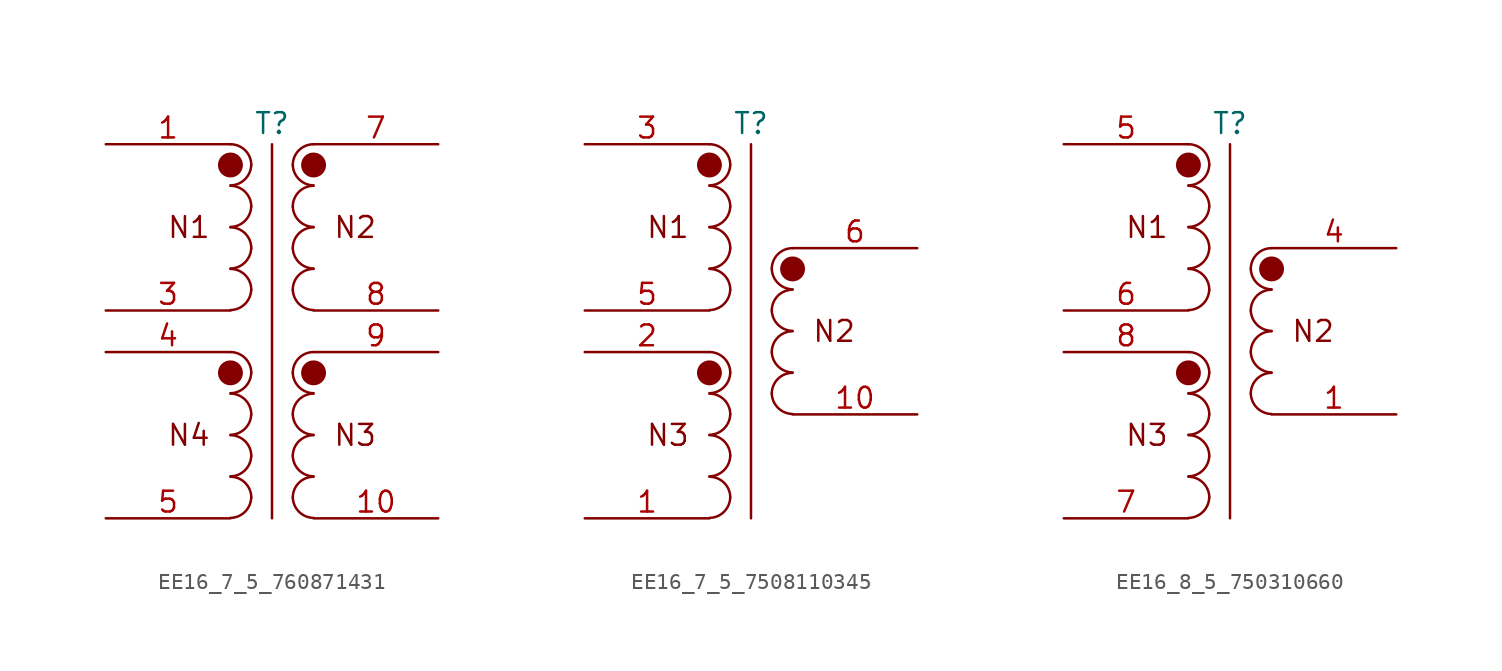
<source format=kicad_sym>
(kicad_symbol_lib
  (version 20220914)
  (generator kicad_symbol_editor)
  (symbol "EE16_7_5_760871431"
    (pin_names hide)
    (property "Reference" "T"
      (at 0 12.7 0)
      (effects (font (size 1.27 1.27))))
    (property "Critical Parameter" ""
      (at 0 -5.08 0)
      (effects (font (size 1.27 1.27)) (justify left)))
    (symbol "EE16_7_5_760871431_0_1"
      (arc (start -2.54 -11.4046) (mid -1.6561 -11.0363) (end -1.27 -10.16) (stroke (width 0) (type default)) (fill (type none)))
      (arc (start -2.54 -8.8646) (mid -1.6561 -8.4963) (end -1.27 -7.62) (stroke (width 0) (type default)) (fill (type none)))
      (arc (start -2.54 -6.3246) (mid -1.6561 -5.9563) (end -1.27 -5.08) (stroke (width 0) (type default)) (fill (type none)))
      (arc (start -2.54 -3.7846) (mid -1.6561 -3.4163) (end -1.27 -2.54) (stroke (width 0) (type default)) (fill (type none)))
      (arc (start -2.54 1.2954) (mid -1.6561 1.6637) (end -1.27 2.54) (stroke (width 0) (type default)) (fill (type none)))
      (arc (start -2.54 3.8354) (mid -1.6561 4.2037) (end -1.27 5.08) (stroke (width 0) (type default)) (fill (type none)))
      (arc (start -2.54 6.3754) (mid -1.6561 6.7437) (end -1.27 7.62) (stroke (width 0) (type default)) (fill (type none)))
      (arc (start -2.54 8.9154) (mid -1.6561 9.2837) (end -1.27 10.16) (stroke (width 0) (type default)) (fill (type none)))
      (arc (start -1.27 -10.16) (mid -1.642 -9.262) (end -2.54 -8.89) (stroke (width 0) (type default)) (fill (type none)))
      (arc (start -1.27 -7.62) (mid -1.642 -6.722) (end -2.54 -6.35) (stroke (width 0) (type default)) (fill (type none)))
      (arc (start -1.27 -5.08) (mid -1.642 -4.182) (end -2.54 -3.81) (stroke (width 0) (type default)) (fill (type none)))
      (arc (start -1.27 -2.54) (mid -1.642 -1.642) (end -2.54 -1.27) (stroke (width 0) (type default)) (fill (type none)))
      (arc (start -1.27 2.54) (mid -1.642 3.438) (end -2.54 3.81) (stroke (width 0) (type default)) (fill (type none)))
      (arc (start -1.27 5.08) (mid -1.642 5.978) (end -2.54 6.35) (stroke (width 0) (type default)) (fill (type none)))
      (arc (start -1.27 7.62) (mid -1.642 8.518) (end -2.54 8.89) (stroke (width 0) (type default)) (fill (type none)))
      (arc (start -1.27 10.16) (mid -1.642 11.058) (end -2.54 11.43) (stroke (width 0) (type default)) (fill (type none)))
      (polyline (pts (xy 0 -11.43) (xy 0 11.43)) (stroke (width 0) (type default)) (fill (type none)))
      (arc (start 1.27 -10.16) (mid 1.6561 -11.0363) (end 2.54 -11.4046) (stroke (width 0) (type default)) (fill (type none)))
      (arc (start 1.27 -7.62) (mid 1.6561 -8.4963) (end 2.54 -8.8646) (stroke (width 0) (type default)) (fill (type none)))
      (arc (start 1.27 -5.08) (mid 1.6561 -5.9563) (end 2.54 -6.3246) (stroke (width 0) (type default)) (fill (type none)))
      (arc (start 1.27 -2.54) (mid 1.6561 -3.4163) (end 2.54 -3.7846) (stroke (width 0) (type default)) (fill (type none)))
      (arc (start 1.27 2.54) (mid 1.6561 1.6637) (end 2.54 1.2954) (stroke (width 0) (type default)) (fill (type none)))
      (arc (start 1.27 5.08) (mid 1.6561 4.2037) (end 2.54 3.8354) (stroke (width 0) (type default)) (fill (type none)))
      (arc (start 1.27 7.62) (mid 1.6561 6.7437) (end 2.54 6.3754) (stroke (width 0) (type default)) (fill (type none)))
      (arc (start 1.27 10.16) (mid 1.6561 9.2837) (end 2.54 8.9154) (stroke (width 0) (type default)) (fill (type none)))
      (arc (start 2.54 -8.89) (mid 1.642 -9.262) (end 1.27 -10.16) (stroke (width 0) (type default)) (fill (type none)))
      (arc (start 2.54 -6.35) (mid 1.642 -6.722) (end 1.27 -7.62) (stroke (width 0) (type default)) (fill (type none)))
      (arc (start 2.54 -3.81) (mid 1.642 -4.182) (end 1.27 -5.08) (stroke (width 0) (type default)) (fill (type none)))
      (arc (start 2.54 -1.27) (mid 1.642 -1.642) (end 1.27 -2.54) (stroke (width 0) (type default)) (fill (type none)))
      (arc (start 2.54 3.81) (mid 1.642 3.438) (end 1.27 2.54) (stroke (width 0) (type default)) (fill (type none)))
      (arc (start 2.54 6.35) (mid 1.642 5.978) (end 1.27 5.08) (stroke (width 0) (type default)) (fill (type none)))
      (arc (start 2.54 8.89) (mid 1.642 8.518) (end 1.27 7.62) (stroke (width 0) (type default)) (fill (type none)))
      (arc (start 2.54 11.43) (mid 1.642 11.058) (end 1.27 10.16) (stroke (width 0) (type default)) (fill (type none))))
    (symbol "EE16_7_5_760871431_1_1"
      (circle (center -2.54 -2.54) (radius 0.0001) (stroke (width 0.762) (type default)) (fill (type none)))
      (circle (center -2.54 10.16) (radius 0.0001) (stroke (width 0.762) (type default)) (fill (type none)))
      (circle (center 2.54 -2.54) (radius 0.0001) (stroke (width 0.762) (type default)) (fill (type none)))
      (circle (center 2.54 10.16) (radius 0.0001) (stroke (width 0.762) (type default)) (fill (type none)))
      (text "N1" (at -5.08 6.35 0) (effects (font (size 1.27 1.27))))
      (text "N2" (at 5.08 6.35 0) (effects (font (size 1.27 1.27))))
      (text "N3" (at 5.08 -6.35 0) (effects (font (size 1.27 1.27))))
      (text "N4" (at -5.08 -6.35 0) (effects (font (size 1.27 1.27))))
      (pin passive line (at -10.16 11.43 0) (length 7.62) (name "1" (effects (font (size 1.27 1.27)))) (number "1" (effects (font (size 1.27 1.27)))))
      (pin passive line (at 10.16 -11.43 180) (length 7.62) (name "10" (effects (font (size 1.27 1.27)))) (number "10" (effects (font (size 1.27 1.27)))))
      (pin passive line (at -10.16 1.27 0) (length 7.62) (name "3" (effects (font (size 1.27 1.27)))) (number "3" (effects (font (size 1.27 1.27)))))
      (pin passive line (at -10.16 -1.27 0) (length 7.62) (name "4" (effects (font (size 1.27 1.27)))) (number "4" (effects (font (size 1.27 1.27)))))
      (pin passive line (at -10.16 -11.43 0) (length 7.62) (name "5" (effects (font (size 1.27 1.27)))) (number "5" (effects (font (size 1.27 1.27)))))
      (pin passive line (at 10.16 11.43 180) (length 7.62) (name "7" (effects (font (size 1.27 1.27)))) (number "7" (effects (font (size 1.27 1.27)))))
      (pin passive line (at 10.16 1.27 180) (length 7.62) (name "8" (effects (font (size 1.27 1.27)))) (number "8" (effects (font (size 1.27 1.27)))))
      (pin passive line (at 10.16 -1.27 180) (length 7.62) (name "9" (effects (font (size 1.27 1.27)))) (number "9" (effects (font (size 1.27 1.27)))))))
  (symbol "EE16_7_5_7508110345"
    (pin_names hide)
    (property "Reference" "T"
      (at 0 12.7 0)
      (effects (font (size 1.27 1.27))))
    (property "Critical Parameter" ""
      (at 0 -5.08 0)
      (effects (font (size 1.27 1.27)) (justify left)))
    (symbol "EE16_7_5_7508110345_0_1"
      (arc (start -2.54 -11.4046) (mid -1.6561 -11.0363) (end -1.27 -10.16) (stroke (width 0) (type default)) (fill (type none)))
      (arc (start -2.54 -8.8646) (mid -1.6561 -8.4963) (end -1.27 -7.62) (stroke (width 0) (type default)) (fill (type none)))
      (arc (start -2.54 -6.3246) (mid -1.6561 -5.9563) (end -1.27 -5.08) (stroke (width 0) (type default)) (fill (type none)))
      (arc (start -2.54 -3.7846) (mid -1.6561 -3.4163) (end -1.27 -2.54) (stroke (width 0) (type default)) (fill (type none)))
      (arc (start -2.54 1.2954) (mid -1.6561 1.6637) (end -1.27 2.54) (stroke (width 0) (type default)) (fill (type none)))
      (arc (start -2.54 3.8354) (mid -1.6561 4.2037) (end -1.27 5.08) (stroke (width 0) (type default)) (fill (type none)))
      (arc (start -2.54 6.3754) (mid -1.6561 6.7437) (end -1.27 7.62) (stroke (width 0) (type default)) (fill (type none)))
      (arc (start -2.54 8.9154) (mid -1.6561 9.2837) (end -1.27 10.16) (stroke (width 0) (type default)) (fill (type none)))
      (arc (start -1.27 -10.16) (mid -1.642 -9.262) (end -2.54 -8.89) (stroke (width 0) (type default)) (fill (type none)))
      (arc (start -1.27 -7.62) (mid -1.642 -6.722) (end -2.54 -6.35) (stroke (width 0) (type default)) (fill (type none)))
      (arc (start -1.27 -5.08) (mid -1.642 -4.182) (end -2.54 -3.81) (stroke (width 0) (type default)) (fill (type none)))
      (arc (start -1.27 -2.54) (mid -1.642 -1.642) (end -2.54 -1.27) (stroke (width 0) (type default)) (fill (type none)))
      (arc (start -1.27 2.54) (mid -1.642 3.438) (end -2.54 3.81) (stroke (width 0) (type default)) (fill (type none)))
      (arc (start -1.27 5.08) (mid -1.642 5.978) (end -2.54 6.35) (stroke (width 0) (type default)) (fill (type none)))
      (arc (start -1.27 7.62) (mid -1.642 8.518) (end -2.54 8.89) (stroke (width 0) (type default)) (fill (type none)))
      (arc (start -1.27 10.16) (mid -1.642 11.058) (end -2.54 11.43) (stroke (width 0) (type default)) (fill (type none)))
      (polyline (pts (xy 0 -11.43) (xy 0 11.43)) (stroke (width 0) (type default)) (fill (type none)))
      (arc (start 1.27 -3.81) (mid 1.6561 -4.6863) (end 2.54 -5.0546) (stroke (width 0) (type default)) (fill (type none)))
      (arc (start 1.27 -1.27) (mid 1.6561 -2.1463) (end 2.54 -2.5146) (stroke (width 0) (type default)) (fill (type none)))
      (arc (start 1.27 1.27) (mid 1.6561 0.3937) (end 2.54 0.0254) (stroke (width 0) (type default)) (fill (type none)))
      (arc (start 1.27 3.81) (mid 1.6561 2.9337) (end 2.54 2.5654) (stroke (width 0) (type default)) (fill (type none)))
      (arc (start 2.54 -2.54) (mid 1.642 -2.912) (end 1.27 -3.81) (stroke (width 0) (type default)) (fill (type none)))
      (arc (start 2.54 0) (mid 1.642 -0.372) (end 1.27 -1.27) (stroke (width 0) (type default)) (fill (type none)))
      (arc (start 2.54 2.54) (mid 1.642 2.168) (end 1.27 1.27) (stroke (width 0) (type default)) (fill (type none)))
      (arc (start 2.54 5.08) (mid 1.642 4.708) (end 1.27 3.81) (stroke (width 0) (type default)) (fill (type none))))
    (symbol "EE16_7_5_7508110345_1_1"
      (circle (center -2.54 -2.54) (radius 0.0001) (stroke (width 0.762) (type default)) (fill (type none)))
      (circle (center -2.54 10.16) (radius 0.0001) (stroke (width 0.762) (type default)) (fill (type none)))
      (circle (center 2.54 3.81) (radius 0.0001) (stroke (width 0.762) (type default)) (fill (type none)))
      (text "N1" (at -5.08 6.35 0) (effects (font (size 1.27 1.27))))
      (text "N2" (at 5.08 0 0) (effects (font (size 1.27 1.27))))
      (text "N3" (at -5.08 -6.35 0) (effects (font (size 1.27 1.27))))
      (pin passive line (at -10.16 -11.43 0) (length 7.62) (name "1" (effects (font (size 1.27 1.27)))) (number "1" (effects (font (size 1.27 1.27)))))
      (pin passive line (at 10.16 -5.08 180) (length 7.62) (name "10" (effects (font (size 1.27 1.27)))) (number "10" (effects (font (size 1.27 1.27)))))
      (pin passive line (at -10.16 -1.27 0) (length 7.62) (name "2" (effects (font (size 1.27 1.27)))) (number "2" (effects (font (size 1.27 1.27)))))
      (pin passive line (at -10.16 11.43 0) (length 7.62) (name "3" (effects (font (size 1.27 1.27)))) (number "3" (effects (font (size 1.27 1.27)))))
      (pin passive line (at -10.16 1.27 0) (length 7.62) (name "5" (effects (font (size 1.27 1.27)))) (number "5" (effects (font (size 1.27 1.27)))))
      (pin passive line (at 10.16 5.08 180) (length 7.62) (name "6" (effects (font (size 1.27 1.27)))) (number "6" (effects (font (size 1.27 1.27)))))))
  (symbol "EE16_8_5_750310660"
    (pin_names hide)
    (property "Reference" "T"
      (at 0 12.7 0)
      (effects (font (size 1.27 1.27))))
    (property "Critical Parameter" ""
      (at 0 -5.08 0)
      (effects (font (size 1.27 1.27)) (justify left)))
    (symbol "EE16_8_5_750310660_0_1"
      (arc (start -2.54 -11.4046) (mid -1.6561 -11.0363) (end -1.27 -10.16) (stroke (width 0) (type default)) (fill (type none)))
      (arc (start -2.54 -8.8646) (mid -1.6561 -8.4963) (end -1.27 -7.62) (stroke (width 0) (type default)) (fill (type none)))
      (arc (start -2.54 -6.3246) (mid -1.6561 -5.9563) (end -1.27 -5.08) (stroke (width 0) (type default)) (fill (type none)))
      (arc (start -2.54 -3.7846) (mid -1.6561 -3.4163) (end -1.27 -2.54) (stroke (width 0) (type default)) (fill (type none)))
      (arc (start -2.54 1.2954) (mid -1.6561 1.6637) (end -1.27 2.54) (stroke (width 0) (type default)) (fill (type none)))
      (arc (start -2.54 3.8354) (mid -1.6561 4.2037) (end -1.27 5.08) (stroke (width 0) (type default)) (fill (type none)))
      (arc (start -2.54 6.3754) (mid -1.6561 6.7437) (end -1.27 7.62) (stroke (width 0) (type default)) (fill (type none)))
      (arc (start -2.54 8.9154) (mid -1.6561 9.2837) (end -1.27 10.16) (stroke (width 0) (type default)) (fill (type none)))
      (arc (start -1.27 -10.16) (mid -1.642 -9.262) (end -2.54 -8.89) (stroke (width 0) (type default)) (fill (type none)))
      (arc (start -1.27 -7.62) (mid -1.642 -6.722) (end -2.54 -6.35) (stroke (width 0) (type default)) (fill (type none)))
      (arc (start -1.27 -5.08) (mid -1.642 -4.182) (end -2.54 -3.81) (stroke (width 0) (type default)) (fill (type none)))
      (arc (start -1.27 -2.54) (mid -1.642 -1.642) (end -2.54 -1.27) (stroke (width 0) (type default)) (fill (type none)))
      (arc (start -1.27 2.54) (mid -1.642 3.438) (end -2.54 3.81) (stroke (width 0) (type default)) (fill (type none)))
      (arc (start -1.27 5.08) (mid -1.642 5.978) (end -2.54 6.35) (stroke (width 0) (type default)) (fill (type none)))
      (arc (start -1.27 7.62) (mid -1.642 8.518) (end -2.54 8.89) (stroke (width 0) (type default)) (fill (type none)))
      (arc (start -1.27 10.16) (mid -1.642 11.058) (end -2.54 11.43) (stroke (width 0) (type default)) (fill (type none)))
      (polyline (pts (xy 0 -11.43) (xy 0 11.43)) (stroke (width 0) (type default)) (fill (type none)))
      (arc (start 1.27 -3.81) (mid 1.6561 -4.6863) (end 2.54 -5.0546) (stroke (width 0) (type default)) (fill (type none)))
      (arc (start 1.27 -1.27) (mid 1.6561 -2.1463) (end 2.54 -2.5146) (stroke (width 0) (type default)) (fill (type none)))
      (arc (start 1.27 1.27) (mid 1.6561 0.3937) (end 2.54 0.0254) (stroke (width 0) (type default)) (fill (type none)))
      (arc (start 1.27 3.81) (mid 1.6561 2.9337) (end 2.54 2.5654) (stroke (width 0) (type default)) (fill (type none)))
      (arc (start 2.54 -2.54) (mid 1.642 -2.912) (end 1.27 -3.81) (stroke (width 0) (type default)) (fill (type none)))
      (arc (start 2.54 0) (mid 1.642 -0.372) (end 1.27 -1.27) (stroke (width 0) (type default)) (fill (type none)))
      (arc (start 2.54 2.54) (mid 1.642 2.168) (end 1.27 1.27) (stroke (width 0) (type default)) (fill (type none)))
      (arc (start 2.54 5.08) (mid 1.642 4.708) (end 1.27 3.81) (stroke (width 0) (type default)) (fill (type none))))
    (symbol "EE16_8_5_750310660_1_1"
      (circle (center -2.54 -2.54) (radius 0.0001) (stroke (width 0.762) (type default)) (fill (type none)))
      (circle (center -2.54 10.16) (radius 0.0001) (stroke (width 0.762) (type default)) (fill (type none)))
      (circle (center 2.54 3.81) (radius 0.0001) (stroke (width 0.762) (type default)) (fill (type none)))
      (text "N1" (at -5.08 6.35 0) (effects (font (size 1.27 1.27))))
      (text "N2" (at 5.08 0 0) (effects (font (size 1.27 1.27))))
      (text "N3" (at -5.08 -6.35 0) (effects (font (size 1.27 1.27))))
      (pin passive line (at 10.16 -5.08 180) (length 7.62) (name "1" (effects (font (size 1.27 1.27)))) (number "1" (effects (font (size 1.27 1.27)))))
      (pin passive line (at 10.16 5.08 180) (length 7.62) (name "4" (effects (font (size 1.27 1.27)))) (number "4" (effects (font (size 1.27 1.27)))))
      (pin passive line (at -10.16 11.43 0) (length 7.62) (name "5" (effects (font (size 1.27 1.27)))) (number "5" (effects (font (size 1.27 1.27)))))
      (pin passive line (at -10.16 1.27 0) (length 7.62) (name "6" (effects (font (size 1.27 1.27)))) (number "6" (effects (font (size 1.27 1.27)))))
      (pin passive line (at -10.16 -11.43 0) (length 7.62) (name "7" (effects (font (size 1.27 1.27)))) (number "7" (effects (font (size 1.27 1.27)))))
      (pin passive line (at -10.16 -1.27 0) (length 7.62) (name "8" (effects (font (size 1.27 1.27)))) (number "8" (effects (font (size 1.27 1.27))))))))
</source>
